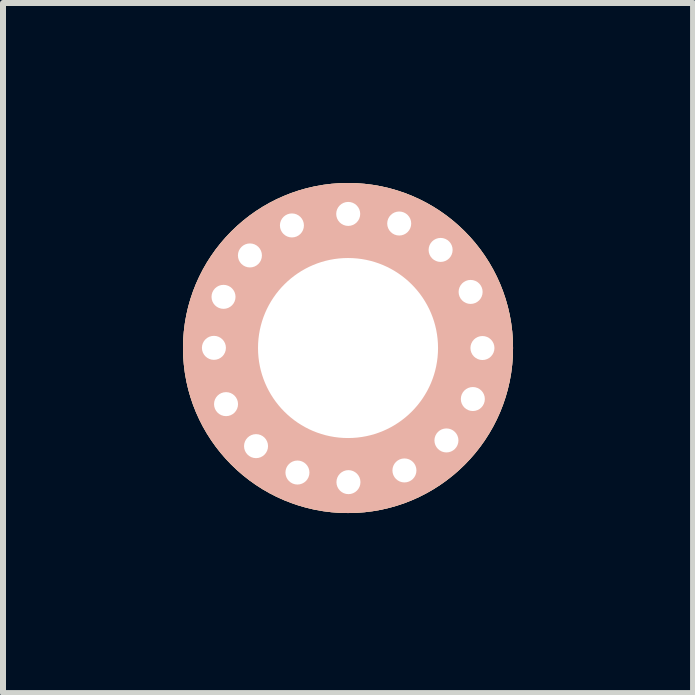
<source format=kicad_pcb>
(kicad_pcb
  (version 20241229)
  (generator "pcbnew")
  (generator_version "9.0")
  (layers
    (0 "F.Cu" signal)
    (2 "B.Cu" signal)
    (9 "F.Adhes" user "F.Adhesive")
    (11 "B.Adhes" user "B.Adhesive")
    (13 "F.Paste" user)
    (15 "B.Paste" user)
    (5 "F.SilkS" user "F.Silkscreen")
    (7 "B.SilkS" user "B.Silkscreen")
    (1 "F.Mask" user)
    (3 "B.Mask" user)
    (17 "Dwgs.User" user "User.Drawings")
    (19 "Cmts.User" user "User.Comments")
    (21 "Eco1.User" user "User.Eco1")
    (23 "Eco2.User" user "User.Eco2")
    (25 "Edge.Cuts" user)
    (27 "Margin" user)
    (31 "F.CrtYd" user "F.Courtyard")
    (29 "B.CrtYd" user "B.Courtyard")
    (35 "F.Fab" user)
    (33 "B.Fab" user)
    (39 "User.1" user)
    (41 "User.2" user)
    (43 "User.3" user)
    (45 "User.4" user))
  (footprint "3mm"
    (layer "F.Cu")
    (at 2.75 2.75)
    (property "Reference" "3mm" (at 0 1.2 0) (layer "F.SilkS") (effects (font (size 1 1) (thickness 0.15))))
    (attr through_hole)
    (pad "1" thru_hole circle (at -2.235 -0.003 270) (size 0.5 0.5) (drill 0.4) (layers "*.Cu" "*.SilkS" "*.Mask"))
    (pad "1" thru_hole circle (at -2.075 -0.853 270) (size 0.5 0.5) (drill 0.4) (layers "*.Cu" "*.SilkS" "*.Mask"))
    (pad "1" thru_hole circle (at -2.033 0.935) (size 0.5 0.5) (drill 0.4) (layers "*.Cu" "*.SilkS" "*.Mask"))
    (pad "1" thru_hole circle (at -1.635 -1.543 270) (size 0.5 0.5) (drill 0.4) (layers "*.Cu" "*.SilkS" "*.Mask"))
    (pad "1" thru_hole circle (at -1.533 1.635) (size 0.5 0.5) (drill 0.4) (layers "*.Cu" "*.SilkS" "*.Mask"))
    (pad "1" thru_hole circle (at -0.935 -2.043 270) (size 0.5 0.5) (drill 0.4) (layers "*.Cu" "*.SilkS" "*.Mask"))
    (pad "1" thru_hole circle (at -0.843 2.075) (size 0.5 0.5) (drill 0.4) (layers "*.Cu" "*.SilkS" "*.Mask"))
    (pad "1" thru_hole circle (at 0 0 90) (size 5.5 5.5) (drill 3) (layers "*.Cu" "*.SilkS" "*.Mask"))
    (pad "1" thru_hole circle (at 0.003 -2.235 180) (size 0.5 0.5) (drill 0.4) (layers "*.Cu" "*.SilkS" "*.Mask"))
    (pad "1" thru_hole circle (at 0.007 2.235) (size 0.5 0.5) (drill 0.4) (layers "*.Cu" "*.SilkS" "*.Mask"))
    (pad "1" thru_hole circle (at 0.853 -2.075 180) (size 0.5 0.5) (drill 0.4) (layers "*.Cu" "*.SilkS" "*.Mask"))
    (pad "1" thru_hole circle (at 0.94 2.04 90) (size 0.5 0.5) (drill 0.4) (layers "*.Cu" "*.SilkS" "*.Mask"))
    (pad "1" thru_hole circle (at 1.543 -1.635 180) (size 0.5 0.5) (drill 0.4) (layers "*.Cu" "*.SilkS" "*.Mask"))
    (pad "1" thru_hole circle (at 1.64 1.54 90) (size 0.5 0.5) (drill 0.4) (layers "*.Cu" "*.SilkS" "*.Mask"))
    (pad "1" thru_hole circle (at 2.043 -0.935 180) (size 0.5 0.5) (drill 0.4) (layers "*.Cu" "*.SilkS" "*.Mask"))
    (pad "1" thru_hole circle (at 2.08 0.85 90) (size 0.5 0.5) (drill 0.4) (layers "*.Cu" "*.SilkS" "*.Mask"))
    (pad "1" thru_hole circle (at 2.24 0 90) (size 0.5 0.5) (drill 0.4) (layers "*.Cu" "*.SilkS" "*.Mask")))
  (gr_rect
    (start -3 -3)
    (end 8.5 8.5)
    (stroke (width 0.1) (type default))
    (fill no)
    (layer "Edge.Cuts")))
</source>
